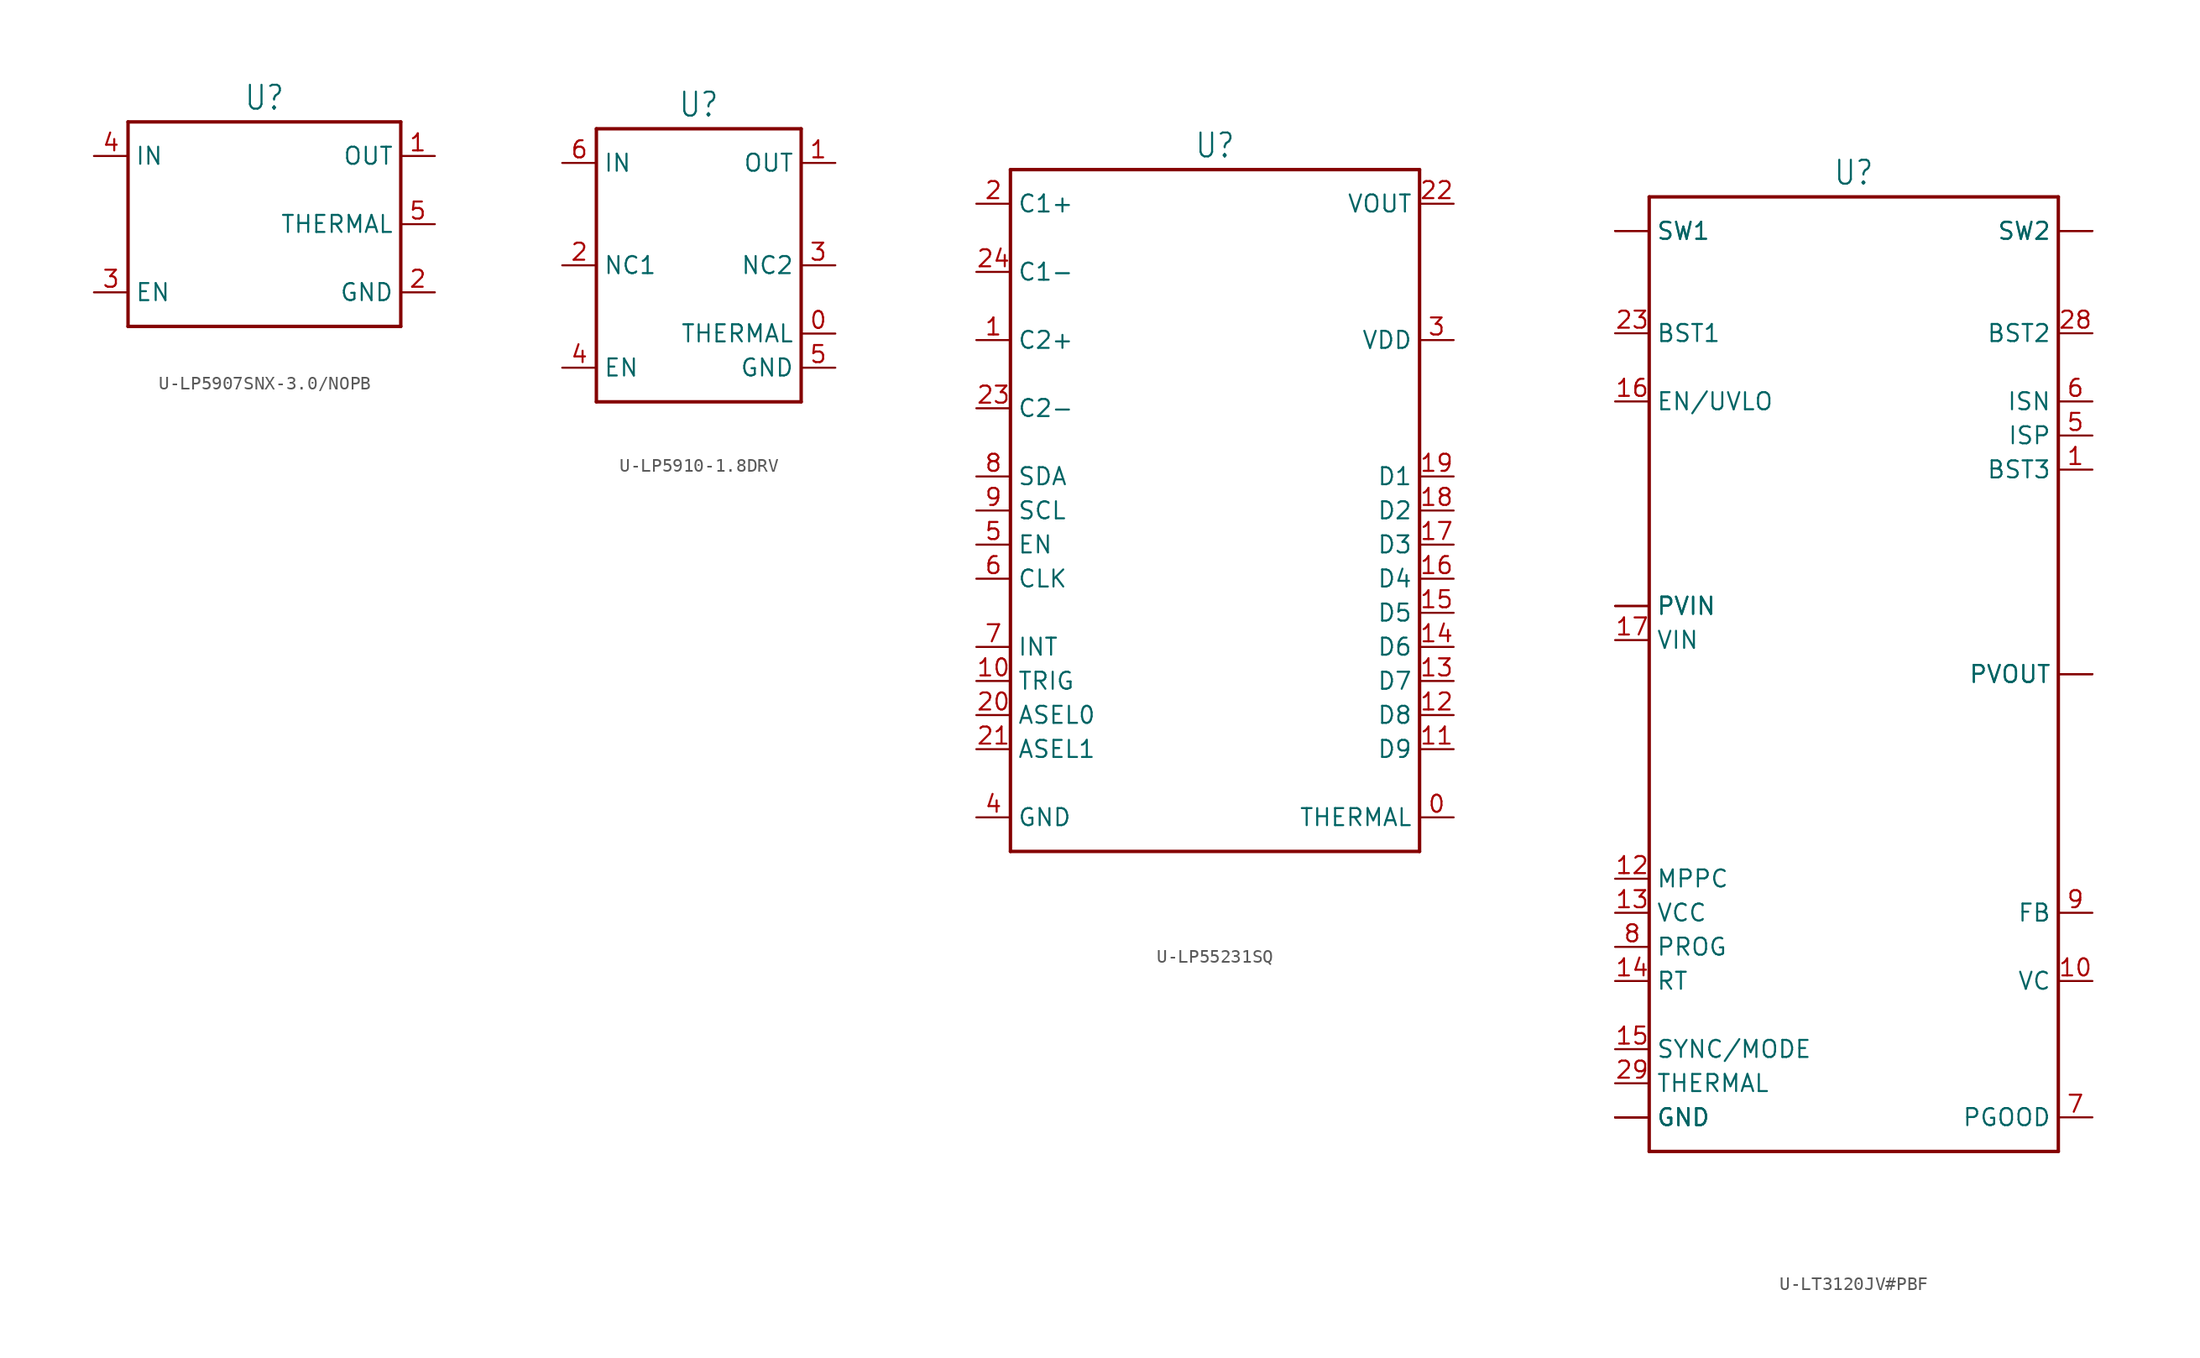
<source format=kicad_sym>
(kicad_symbol_lib
  (version 20231120)
  (generator "kicad_symbol_editor")
  (generator_version "8.0")
  (symbol "U-LP5907SNX-3.0/NOPB"
    (property "Reference" "U"
      (at 0 8.382 0)
      (effects (font (size 1.778 1.511)) (justify bottom)))
    (property "Value" ""
      (at 0 -8.382 0)
      (effects (font (size 1.778 1.511)) (justify top)))
    (property "ki_locked" ""
      (at 0 0 0)
      (effects (font (size 1.27 1.27))))
    (symbol "U-LP5907SNX-3.0/NOPB_1_0"
      (polyline (pts (xy -10.16 -7.62) (xy -10.16 7.62)) (stroke (width 0.254) (type solid)) (fill (type none)))
      (polyline (pts (xy -10.16 7.62) (xy 10.16 7.62)) (stroke (width 0.254) (type solid)) (fill (type none)))
      (polyline (pts (xy 10.16 -7.62) (xy -10.16 -7.62)) (stroke (width 0.254) (type solid)) (fill (type none)))
      (polyline (pts (xy 10.16 7.62) (xy 10.16 -7.62)) (stroke (width 0.254) (type solid)) (fill (type none)))
      (pin passive line (at 12.7 5.08 180) (length 2.54) (name "OUT" (effects (font (size 1.27 1.27)))) (number "1" (effects (font (size 1.27 1.27)))))
      (pin passive line (at 12.7 -5.08 180) (length 2.54) (name "GND" (effects (font (size 1.27 1.27)))) (number "2" (effects (font (size 1.27 1.27)))))
      (pin passive line (at -12.7 -5.08 0) (length 2.54) (name "EN" (effects (font (size 1.27 1.27)))) (number "3" (effects (font (size 1.27 1.27)))))
      (pin passive line (at -12.7 5.08 0) (length 2.54) (name "IN" (effects (font (size 1.27 1.27)))) (number "4" (effects (font (size 1.27 1.27)))))
      (pin passive line (at 12.7 0 180) (length 2.54) (name "THERMAL" (effects (font (size 1.27 1.27)))) (number "5" (effects (font (size 1.27 1.27)))))))
  (symbol "U-LP5910-1.8DRV"
    (property "Reference" "U"
      (at 0 10.922 0)
      (effects (font (size 1.778 1.511)) (justify bottom)))
    (property "Value" ""
      (at 0 -10.922 0)
      (effects (font (size 1.778 1.511)) (justify top)))
    (property "ki_locked" ""
      (at 0 0 0)
      (effects (font (size 1.27 1.27))))
    (symbol "U-LP5910-1.8DRV_1_0"
      (polyline (pts (xy -7.62 -10.16) (xy -7.62 10.16)) (stroke (width 0.254) (type solid)) (fill (type none)))
      (polyline (pts (xy -7.62 10.16) (xy 7.62 10.16)) (stroke (width 0.254) (type solid)) (fill (type none)))
      (polyline (pts (xy 7.62 -10.16) (xy -7.62 -10.16)) (stroke (width 0.254) (type solid)) (fill (type none)))
      (polyline (pts (xy 7.62 10.16) (xy 7.62 -10.16)) (stroke (width 0.254) (type solid)) (fill (type none)))
      (pin passive line (at 10.16 -5.08 180) (length 2.54) (name "THERMAL" (effects (font (size 1.27 1.27)))) (number "0" (effects (font (size 1.27 1.27)))))
      (pin passive line (at 10.16 7.62 180) (length 2.54) (name "OUT" (effects (font (size 1.27 1.27)))) (number "1" (effects (font (size 1.27 1.27)))))
      (pin passive line (at -10.16 0 0) (length 2.54) (name "NC1" (effects (font (size 1.27 1.27)))) (number "2" (effects (font (size 1.27 1.27)))))
      (pin passive line (at 10.16 0 180) (length 2.54) (name "NC2" (effects (font (size 1.27 1.27)))) (number "3" (effects (font (size 1.27 1.27)))))
      (pin passive line (at -10.16 -7.62 0) (length 2.54) (name "EN" (effects (font (size 1.27 1.27)))) (number "4" (effects (font (size 1.27 1.27)))))
      (pin passive line (at 10.16 -7.62 180) (length 2.54) (name "GND" (effects (font (size 1.27 1.27)))) (number "5" (effects (font (size 1.27 1.27)))))
      (pin passive line (at -10.16 7.62 0) (length 2.54) (name "IN" (effects (font (size 1.27 1.27)))) (number "6" (effects (font (size 1.27 1.27)))))))
  (symbol "U-LP55231SQ"
    (property "Reference" "U"
      (at 0 23.622 0)
      (effects (font (size 1.778 1.511)) (justify bottom)))
    (property "Value" ""
      (at 0 -28.702 0)
      (effects (font (size 1.778 1.511)) (justify top)))
    (property "ki_locked" ""
      (at 0 0 0)
      (effects (font (size 1.27 1.27))))
    (symbol "U-LP55231SQ_1_0"
      (polyline (pts (xy -15.24 -27.94) (xy 15.24 -27.94)) (stroke (width 0.254) (type solid)) (fill (type none)))
      (polyline (pts (xy -15.24 22.86) (xy -15.24 -27.94)) (stroke (width 0.254) (type solid)) (fill (type none)))
      (polyline (pts (xy 15.24 -27.94) (xy 15.24 22.86)) (stroke (width 0.254) (type solid)) (fill (type none)))
      (polyline (pts (xy 15.24 22.86) (xy -15.24 22.86)) (stroke (width 0.254) (type solid)) (fill (type none)))
      (pin passive line (at 17.78 -25.4 180) (length 2.54) (name "THERMAL" (effects (font (size 1.27 1.27)))) (number "0" (effects (font (size 1.27 1.27)))))
      (pin passive line (at -17.78 10.16 0) (length 2.54) (name "C2+" (effects (font (size 1.27 1.27)))) (number "1" (effects (font (size 1.27 1.27)))))
      (pin passive line (at -17.78 -15.24 0) (length 2.54) (name "TRIG" (effects (font (size 1.27 1.27)))) (number "10" (effects (font (size 1.27 1.27)))))
      (pin passive line (at 17.78 -20.32 180) (length 2.54) (name "D9" (effects (font (size 1.27 1.27)))) (number "11" (effects (font (size 1.27 1.27)))))
      (pin passive line (at 17.78 -17.78 180) (length 2.54) (name "D8" (effects (font (size 1.27 1.27)))) (number "12" (effects (font (size 1.27 1.27)))))
      (pin passive line (at 17.78 -15.24 180) (length 2.54) (name "D7" (effects (font (size 1.27 1.27)))) (number "13" (effects (font (size 1.27 1.27)))))
      (pin passive line (at 17.78 -12.7 180) (length 2.54) (name "D6" (effects (font (size 1.27 1.27)))) (number "14" (effects (font (size 1.27 1.27)))))
      (pin passive line (at 17.78 -10.16 180) (length 2.54) (name "D5" (effects (font (size 1.27 1.27)))) (number "15" (effects (font (size 1.27 1.27)))))
      (pin passive line (at 17.78 -7.62 180) (length 2.54) (name "D4" (effects (font (size 1.27 1.27)))) (number "16" (effects (font (size 1.27 1.27)))))
      (pin passive line (at 17.78 -5.08 180) (length 2.54) (name "D3" (effects (font (size 1.27 1.27)))) (number "17" (effects (font (size 1.27 1.27)))))
      (pin passive line (at 17.78 -2.54 180) (length 2.54) (name "D2" (effects (font (size 1.27 1.27)))) (number "18" (effects (font (size 1.27 1.27)))))
      (pin passive line (at 17.78 0 180) (length 2.54) (name "D1" (effects (font (size 1.27 1.27)))) (number "19" (effects (font (size 1.27 1.27)))))
      (pin passive line (at -17.78 20.32 0) (length 2.54) (name "C1+" (effects (font (size 1.27 1.27)))) (number "2" (effects (font (size 1.27 1.27)))))
      (pin passive line (at -17.78 -17.78 0) (length 2.54) (name "ASEL0" (effects (font (size 1.27 1.27)))) (number "20" (effects (font (size 1.27 1.27)))))
      (pin passive line (at -17.78 -20.32 0) (length 2.54) (name "ASEL1" (effects (font (size 1.27 1.27)))) (number "21" (effects (font (size 1.27 1.27)))))
      (pin passive line (at 17.78 20.32 180) (length 2.54) (name "VOUT" (effects (font (size 1.27 1.27)))) (number "22" (effects (font (size 1.27 1.27)))))
      (pin passive line (at -17.78 5.08 0) (length 2.54) (name "C2-" (effects (font (size 1.27 1.27)))) (number "23" (effects (font (size 1.27 1.27)))))
      (pin passive line (at -17.78 15.24 0) (length 2.54) (name "C1-" (effects (font (size 1.27 1.27)))) (number "24" (effects (font (size 1.27 1.27)))))
      (pin passive line (at 17.78 10.16 180) (length 2.54) (name "VDD" (effects (font (size 1.27 1.27)))) (number "3" (effects (font (size 1.27 1.27)))))
      (pin passive line (at -17.78 -25.4 0) (length 2.54) (name "GND" (effects (font (size 1.27 1.27)))) (number "4" (effects (font (size 1.27 1.27)))))
      (pin passive line (at -17.78 -5.08 0) (length 2.54) (name "EN" (effects (font (size 1.27 1.27)))) (number "5" (effects (font (size 1.27 1.27)))))
      (pin passive line (at -17.78 -7.62 0) (length 2.54) (name "CLK" (effects (font (size 1.27 1.27)))) (number "6" (effects (font (size 1.27 1.27)))))
      (pin passive line (at -17.78 -12.7 0) (length 2.54) (name "INT" (effects (font (size 1.27 1.27)))) (number "7" (effects (font (size 1.27 1.27)))))
      (pin passive line (at -17.78 0 0) (length 2.54) (name "SDA" (effects (font (size 1.27 1.27)))) (number "8" (effects (font (size 1.27 1.27)))))
      (pin passive line (at -17.78 -2.54 0) (length 2.54) (name "SCL" (effects (font (size 1.27 1.27)))) (number "9" (effects (font (size 1.27 1.27)))))))
  (symbol "U-LT3120JV#PBF"
    (property "Reference" "U"
      (at 0 31.242 0)
      (effects (font (size 1.778 1.511)) (justify bottom)))
    (property "Value" ""
      (at 0 -41.402 0)
      (effects (font (size 1.778 1.511)) (justify top)))
    (property "ki_locked" ""
      (at 0 0 0)
      (effects (font (size 1.27 1.27))))
    (symbol "U-LT3120JV#PBF_1_0"
      (polyline (pts (xy -15.24 -40.64) (xy -15.24 30.48)) (stroke (width 0.254) (type solid)) (fill (type none)))
      (polyline (pts (xy -15.24 30.48) (xy 15.24 30.48)) (stroke (width 0.254) (type solid)) (fill (type none)))
      (polyline (pts (xy 15.24 -40.64) (xy -15.24 -40.64)) (stroke (width 0.254) (type solid)) (fill (type none)))
      (polyline (pts (xy 15.24 30.48) (xy 15.24 -40.64)) (stroke (width 0.254) (type solid)) (fill (type none)))
      (pin passive line (at 17.78 10.16 180) (length 2.54) (name "BST3" (effects (font (size 1.27 1.27)))) (number "1" (effects (font (size 1.27 1.27)))))
      (pin passive line (at 17.78 -27.94 180) (length 2.54) (name "VC" (effects (font (size 1.27 1.27)))) (number "10" (effects (font (size 1.27 1.27)))))
      (pin passive line (at -17.78 -38.1 0) (length 2.54) (name "GND" (effects (font (size 1.27 1.27)))) (number "11" (effects (font (size 0 0)))))
      (pin passive line (at -17.78 -20.32 0) (length 2.54) (name "MPPC" (effects (font (size 1.27 1.27)))) (number "12" (effects (font (size 1.27 1.27)))))
      (pin passive line (at -17.78 -22.86 0) (length 2.54) (name "VCC" (effects (font (size 1.27 1.27)))) (number "13" (effects (font (size 1.27 1.27)))))
      (pin passive line (at -17.78 -27.94 0) (length 2.54) (name "RT" (effects (font (size 1.27 1.27)))) (number "14" (effects (font (size 1.27 1.27)))))
      (pin passive line (at -17.78 -33.02 0) (length 2.54) (name "SYNC/MODE" (effects (font (size 1.27 1.27)))) (number "15" (effects (font (size 1.27 1.27)))))
      (pin passive line (at -17.78 15.24 0) (length 2.54) (name "EN/UVLO" (effects (font (size 1.27 1.27)))) (number "16" (effects (font (size 1.27 1.27)))))
      (pin passive line (at -17.78 -2.54 0) (length 2.54) (name "VIN" (effects (font (size 1.27 1.27)))) (number "17" (effects (font (size 1.27 1.27)))))
      (pin passive line (at -17.78 -38.1 0) (length 2.54) (name "GND" (effects (font (size 1.27 1.27)))) (number "18" (effects (font (size 0 0)))))
      (pin passive line (at -17.78 0 0) (length 2.54) (name "PVIN" (effects (font (size 1.27 1.27)))) (number "19" (effects (font (size 0 0)))))
      (pin passive line (at 17.78 -5.08 180) (length 2.54) (name "PVOUT" (effects (font (size 1.27 1.27)))) (number "2" (effects (font (size 0 0)))))
      (pin passive line (at -17.78 0 0) (length 2.54) (name "PVIN" (effects (font (size 1.27 1.27)))) (number "20" (effects (font (size 0 0)))))
      (pin passive line (at -17.78 0 0) (length 2.54) (name "PVIN" (effects (font (size 1.27 1.27)))) (number "21" (effects (font (size 0 0)))))
      (pin passive line (at -17.78 -38.1 0) (length 2.54) (name "GND" (effects (font (size 1.27 1.27)))) (number "22" (effects (font (size 0 0)))))
      (pin passive line (at -17.78 20.32 0) (length 2.54) (name "BST1" (effects (font (size 1.27 1.27)))) (number "23" (effects (font (size 1.27 1.27)))))
      (pin passive line (at -17.78 27.94 0) (length 2.54) (name "SW1" (effects (font (size 1.27 1.27)))) (number "24" (effects (font (size 0 0)))))
      (pin passive line (at -17.78 27.94 0) (length 2.54) (name "SW1" (effects (font (size 1.27 1.27)))) (number "25" (effects (font (size 0 0)))))
      (pin passive line (at 17.78 27.94 180) (length 2.54) (name "SW2" (effects (font (size 1.27 1.27)))) (number "26" (effects (font (size 0 0)))))
      (pin passive line (at 17.78 27.94 180) (length 2.54) (name "SW2" (effects (font (size 1.27 1.27)))) (number "27" (effects (font (size 0 0)))))
      (pin passive line (at 17.78 20.32 180) (length 2.54) (name "BST2" (effects (font (size 1.27 1.27)))) (number "28" (effects (font (size 1.27 1.27)))))
      (pin passive line (at -17.78 -35.56 0) (length 2.54) (name "THERMAL" (effects (font (size 1.27 1.27)))) (number "29" (effects (font (size 1.27 1.27)))))
      (pin passive line (at -17.78 -38.1 0) (length 2.54) (name "GND" (effects (font (size 1.27 1.27)))) (number "3" (effects (font (size 0 0)))))
      (pin passive line (at 17.78 -5.08 180) (length 2.54) (name "PVOUT" (effects (font (size 1.27 1.27)))) (number "4" (effects (font (size 0 0)))))
      (pin passive line (at 17.78 12.7 180) (length 2.54) (name "ISP" (effects (font (size 1.27 1.27)))) (number "5" (effects (font (size 1.27 1.27)))))
      (pin passive line (at 17.78 15.24 180) (length 2.54) (name "ISN" (effects (font (size 1.27 1.27)))) (number "6" (effects (font (size 1.27 1.27)))))
      (pin passive line (at 17.78 -38.1 180) (length 2.54) (name "PGOOD" (effects (font (size 1.27 1.27)))) (number "7" (effects (font (size 1.27 1.27)))))
      (pin passive line (at -17.78 -25.4 0) (length 2.54) (name "PROG" (effects (font (size 1.27 1.27)))) (number "8" (effects (font (size 1.27 1.27)))))
      (pin passive line (at 17.78 -22.86 180) (length 2.54) (name "FB" (effects (font (size 1.27 1.27)))) (number "9" (effects (font (size 1.27 1.27))))))))
</source>
